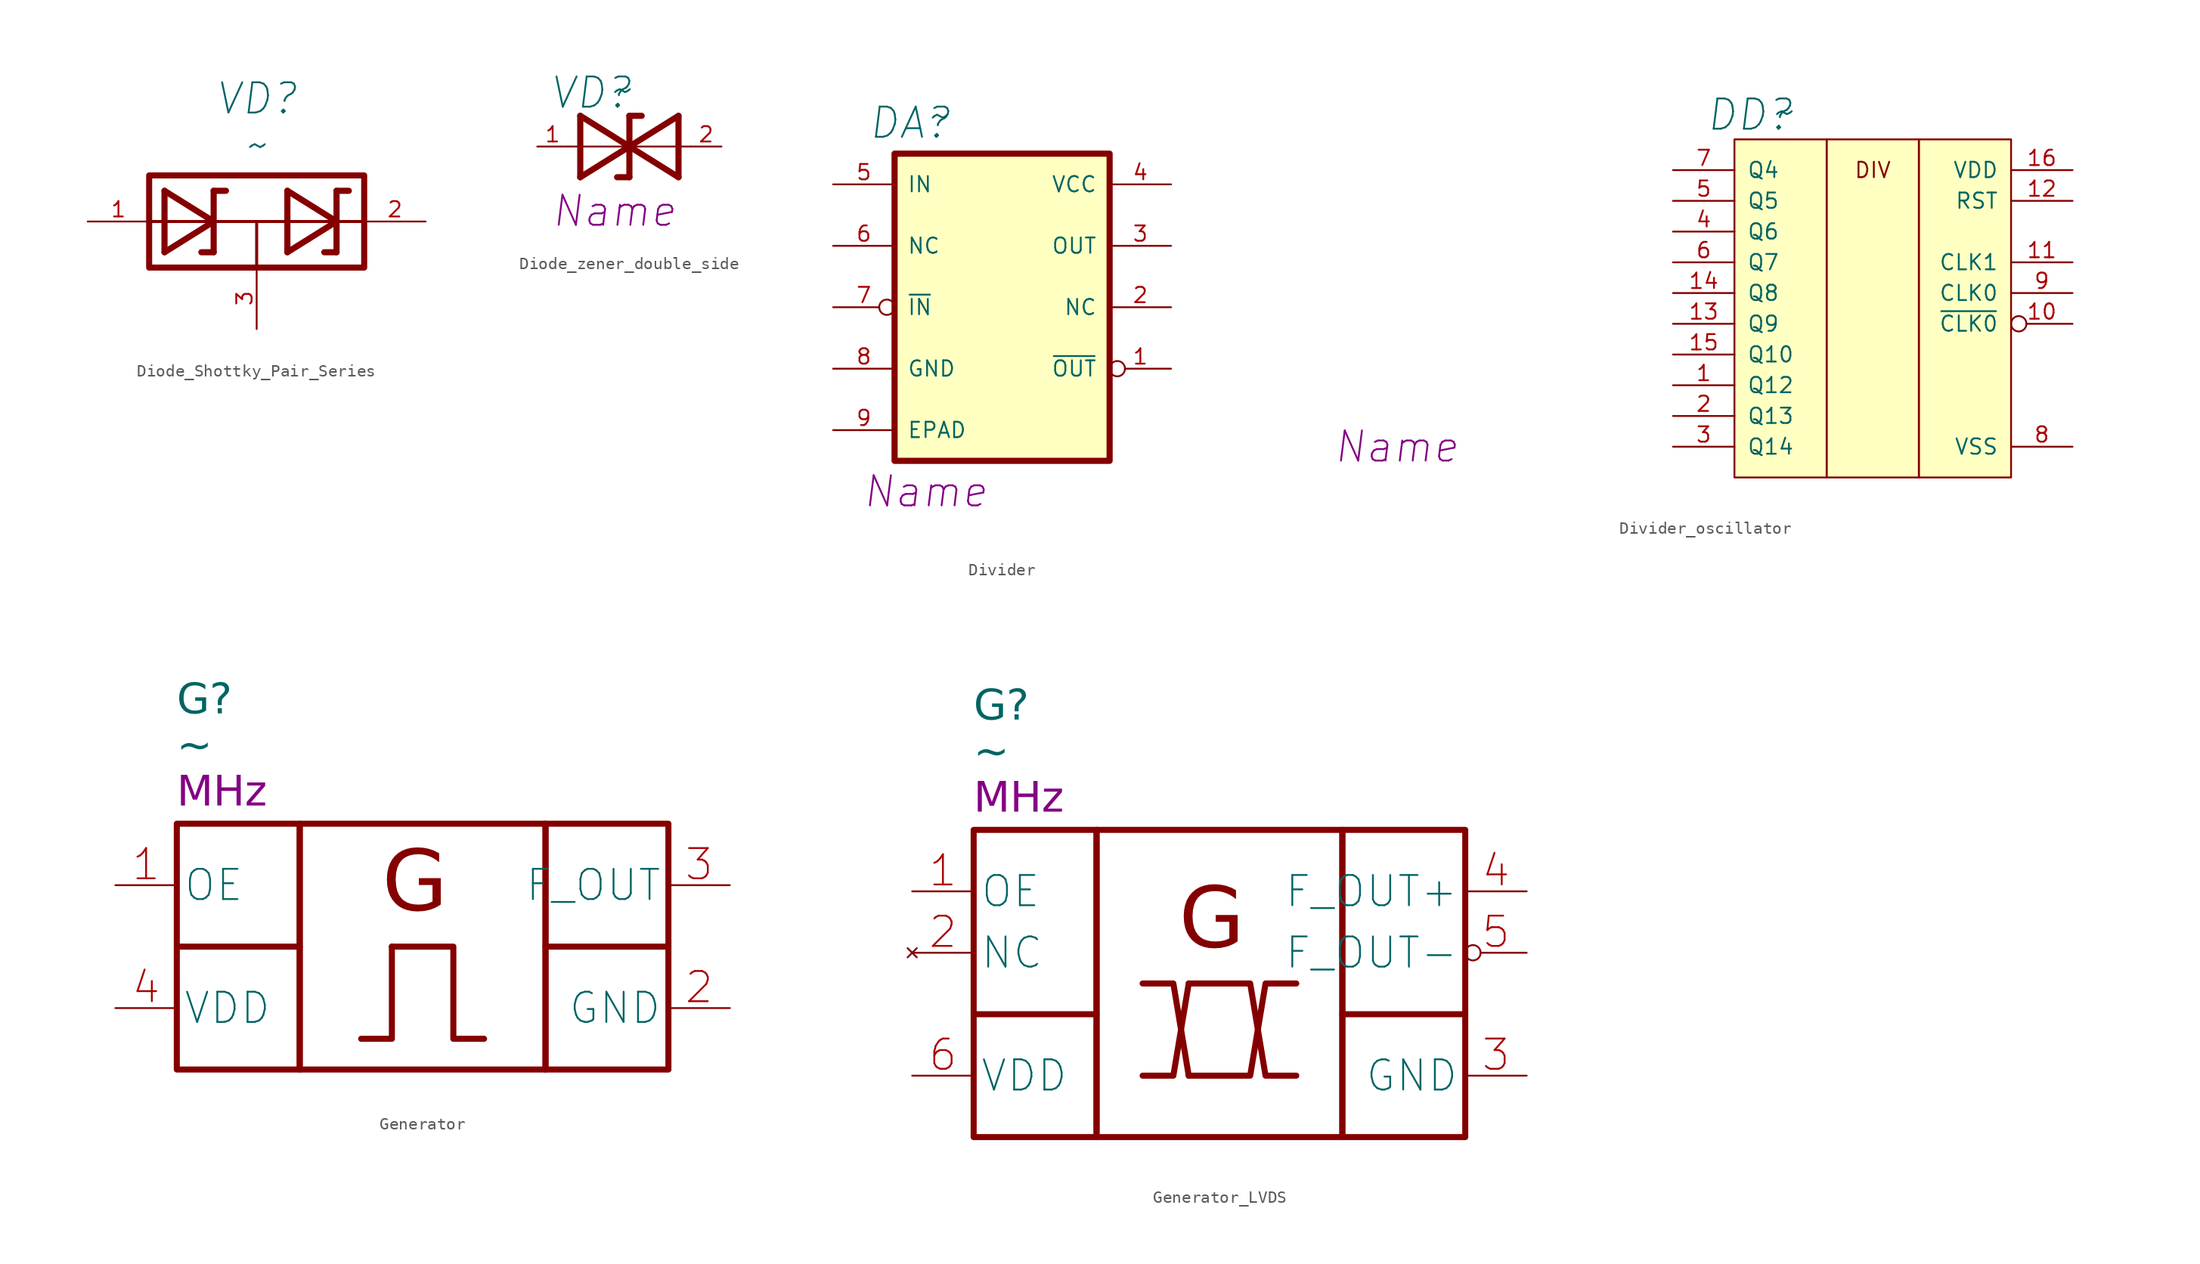
<source format=kicad_sym>
(kicad_symbol_lib
  (version 20241209)
  (generator "kicad_symbol_editor")
  (generator_version "9.0")
  (symbol "Diode_Shottky_Pair_Series"
    (pin_names
      (offset 1.016)
      (hide yes))
    (property "Reference" "VD"
      (at 0 10.16 0)
      (effects (font (size 2.5 2.5) (italic yes))))
    (property "Value" "~"
      (at 0 6.35 0)
      (effects (font (size 2.5 2.5) (italic yes))))
    (symbol "Diode_Shottky_Pair_Series_0_1"
      (rectangle (start -8.89 3.81) (end 8.89 -3.81) (stroke (width 0.5) (type default)) (fill (type none)))
      (polyline (pts (xy -7.62 -2.54) (xy -7.62 2.54)) (stroke (width 0.508) (type solid)) (fill (type none)))
      (polyline (pts (xy -7.62 -2.54) (xy -3.556 0) (xy -7.62 2.54)) (stroke (width 0.508) (type solid)) (fill (type none)))
      (polyline (pts (xy -3.556 2.54) (xy -2.54 2.54)) (stroke (width 0.508) (type solid)) (fill (type none)))
      (polyline (pts (xy -3.556 -2.54) (xy -4.572 -2.54)) (stroke (width 0.508) (type solid)) (fill (type none)))
      (polyline (pts (xy -3.556 -2.54) (xy -3.556 2.54)) (stroke (width 0.508) (type solid)) (fill (type none)))
      (polyline (pts (xy 0 0) (xy 0 -3.81)) (stroke (width 0.25) (type solid)) (fill (type none)))
      (polyline (pts (xy 2.54 -2.54) (xy 2.54 2.54)) (stroke (width 0.508) (type solid)) (fill (type none)))
      (polyline (pts (xy 2.54 -2.54) (xy 6.604 0) (xy 2.54 2.54)) (stroke (width 0.508) (type solid)) (fill (type none)))
      (polyline (pts (xy 6.604 2.54) (xy 7.62 2.54)) (stroke (width 0.508) (type solid)) (fill (type none)))
      (polyline (pts (xy 6.604 -2.54) (xy 5.588 -2.54)) (stroke (width 0.508) (type solid)) (fill (type none)))
      (polyline (pts (xy 6.604 -2.54) (xy 6.604 2.54)) (stroke (width 0.508) (type solid)) (fill (type none)))
      (polyline (pts (xy 8.89 0) (xy -8.89 0)) (stroke (width 0.25) (type solid)) (fill (type none))))
    (symbol "Diode_Shottky_Pair_Series_1_1"
      (pin passive line (at -13.97 0 0) (length 5.08) (name "A" (effects (font (size 1.27 1.27)))) (number "1" (effects (font (size 1.27 1.27)))))
      (pin passive line (at 0 -8.89 90) (length 5.08) (name "KA" (effects (font (size 1.27 1.27)))) (number "3" (effects (font (size 1.27 1.27)))))
      (pin passive line (at 13.97 0 180) (length 5.08) (name "K" (effects (font (size 1.27 1.27)))) (number "2" (effects (font (size 1.27 1.27)))))))
  (symbol "Diode_zener_double_side"
    (pin_names
      (offset 1.016)
      (hide yes))
    (property "Reference" "VD"
      (at -3.175 4.445 0)
      (effects (font (size 2.5 2.5) (italic yes))))
    (property "Value" "~"
      (at -0.635 4.699 0)
      (effects (font (size 2.5 2.5) (italic yes))))
    (property "Name" "Name"
      (at -1.27 -5.334 0)
      (effects (font (size 2.489 2.489) (italic yes))))
    (symbol "Diode_zener_double_side_0_1"
      (polyline (pts (xy -5.08 0) (xy 5.08 0)) (stroke (width 0) (type solid)) (fill (type none))))
    (symbol "Diode_zener_double_side_1_1"
      (polyline (pts (xy -4.064 -2.54) (xy -4.064 2.54)) (stroke (width 0.508) (type solid)) (fill (type none)))
      (polyline (pts (xy -4.064 -2.54) (xy 0 0) (xy -4.064 2.54)) (stroke (width 0.508) (type solid)) (fill (type none)))
      (polyline (pts (xy 0 2.54) (xy 0 -2.54)) (stroke (width 0.508) (type solid)) (fill (type none)))
      (polyline (pts (xy 0 2.54) (xy 1.016 2.54)) (stroke (width 0.508) (type solid)) (fill (type none)))
      (polyline (pts (xy 0 -2.54) (xy -1.016 -2.54)) (stroke (width 0.508) (type solid)) (fill (type none)))
      (polyline (pts (xy 4.064 2.54) (xy 4.064 -2.54)) (stroke (width 0.508) (type solid)) (fill (type none)))
      (polyline (pts (xy 4.064 2.54) (xy 0 0) (xy 4.064 -2.54)) (stroke (width 0.508) (type solid)) (fill (type none)))
      (pin passive line (at -7.62 0 0) (length 2.54) (name "K" (effects (font (size 1.27 1.27)))) (number "1" (effects (font (size 1.27 1.27)))))
      (pin passive line (at 7.62 0 180) (length 2.54) (name "A" (effects (font (size 1.27 1.27)))) (number "2" (effects (font (size 1.27 1.27)))))))
  (symbol "Divider"
    (pin_names
      (offset 1.016))
    (property "Reference" "DA"
      (at -6.35 10.16 0)
      (effects (font (size 2.5 2.5) (italic yes))))
    (property "Value" "~"
      (at -3.81 10.795 0)
      (effects (font (size 2.5 2.5))))
    (property "Name" "Name"
      (at -5.08 -20.32 0)
      (effects (font (size 2.489 2.489) (italic yes))))
    (symbol "Divider_1_1"
      (rectangle (start -7.62 7.62) (end 10.16 -17.78) (stroke (width 0.508) (type solid)) (fill (type background)))
      (pin input line (at -12.7 5.08 0) (length 5.08) (name "IN" (effects (font (size 1.27 1.27)))) (number "5" (effects (font (size 1.27 1.27)))))
      (pin unspecified line (at -12.7 0 0) (length 5.08) (name "NC" (effects (font (size 1.27 1.27)))) (number "6" (effects (font (size 1.27 1.27)))))
      (pin input inverted (at -12.7 -5.08 0) (length 5.08) (name "~{IN}" (effects (font (size 1.27 1.27)))) (number "7" (effects (font (size 1.27 1.27)))))
      (pin power_in line (at -12.7 -10.16 0) (length 5.08) (name "GND" (effects (font (size 1.27 1.27)))) (number "8" (effects (font (size 1.27 1.27)))))
      (pin power_in line (at -12.7 -15.24 0) (length 5.08) (name "EPAD" (effects (font (size 1.27 1.27)))) (number "9" (effects (font (size 1.27 1.27)))))
      (pin power_in line (at 15.24 5.08 180) (length 5.08) (name "VCC" (effects (font (size 1.27 1.27)))) (number "4" (effects (font (size 1.27 1.27)))))
      (pin output line (at 15.24 0 180) (length 5.08) (name "OUT" (effects (font (size 1.27 1.27)))) (number "3" (effects (font (size 1.27 1.27)))))
      (pin unspecified line (at 15.24 -5.08 180) (length 5.08) (name "NC" (effects (font (size 1.27 1.27)))) (number "2" (effects (font (size 1.27 1.27)))))
      (pin output inverted (at 15.24 -10.16 180) (length 5.08) (name "~{OUT}" (effects (font (size 1.27 1.27)))) (number "1" (effects (font (size 1.27 1.27)))))))
  (symbol "Divider_oscillator"
    (pin_names
      (offset 1.016))
    (property "Reference" "DD"
      (at -21.59 14.732 0)
      (effects (font (size 2.5 2.5) (italic yes))))
    (property "Value" "~"
      (at -18.796 14.986 0)
      (effects (font (size 2.5 2.5) (italic yes))))
    (property "ComponentName" "Name"
      (at -50.8 -12.7 0)
      (effects (font (size 2.489 2.489) (italic yes))))
    (symbol "Divider_oscillator_1_0"
      (text "DIV" (at -11.43 10.16 0) (effects (font (size 1.27 1.27)))))
    (symbol "Divider_oscillator_1_1"
      (polyline (pts (xy -22.86 12.7) (xy -22.86 -15.24) (xy -15.24 -15.24) (xy -15.24 12.7) (xy -22.86 12.7)) (stroke (width 0) (type solid)) (fill (type background)))
      (rectangle (start -15.24 12.7) (end -7.62 -15.24) (stroke (width 0) (type default)) (fill (type background)))
      (polyline (pts (xy 0 12.7) (xy -7.62 12.7) (xy -7.62 -15.24) (xy 0 -15.24) (xy 0 12.7)) (stroke (width 0) (type solid)) (fill (type background)))
      (pin output line (at -27.94 10.16 0) (length 5.08) (name "Q4" (effects (font (size 1.27 1.27)))) (number "7" (effects (font (size 1.27 1.27)))))
      (pin output line (at -27.94 7.62 0) (length 5.08) (name "Q5" (effects (font (size 1.27 1.27)))) (number "5" (effects (font (size 1.27 1.27)))))
      (pin output line (at -27.94 5.08 0) (length 5.08) (name "Q6" (effects (font (size 1.27 1.27)))) (number "4" (effects (font (size 1.27 1.27)))))
      (pin output line (at -27.94 2.54 0) (length 5.08) (name "Q7" (effects (font (size 1.27 1.27)))) (number "6" (effects (font (size 1.27 1.27)))))
      (pin output line (at -27.94 0 0) (length 5.08) (name "Q8" (effects (font (size 1.27 1.27)))) (number "14" (effects (font (size 1.27 1.27)))))
      (pin output line (at -27.94 -2.54 0) (length 5.08) (name "Q9" (effects (font (size 1.27 1.27)))) (number "13" (effects (font (size 1.27 1.27)))))
      (pin output line (at -27.94 -5.08 0) (length 5.08) (name "Q10" (effects (font (size 1.27 1.27)))) (number "15" (effects (font (size 1.27 1.27)))))
      (pin output line (at -27.94 -7.62 0) (length 5.08) (name "Q12" (effects (font (size 1.27 1.27)))) (number "1" (effects (font (size 1.27 1.27)))))
      (pin output line (at -27.94 -10.16 0) (length 5.08) (name "Q13" (effects (font (size 1.27 1.27)))) (number "2" (effects (font (size 1.27 1.27)))))
      (pin output line (at -27.94 -12.7 0) (length 5.08) (name "Q14" (effects (font (size 1.27 1.27)))) (number "3" (effects (font (size 1.27 1.27)))))
      (pin power_in line (at 5.08 10.16 180) (length 5.08) (name "VDD" (effects (font (size 1.27 1.27)))) (number "16" (effects (font (size 1.27 1.27)))))
      (pin input line (at 5.08 7.62 180) (length 5.08) (name "RST" (effects (font (size 1.27 1.27)))) (number "12" (effects (font (size 1.27 1.27)))))
      (pin input line (at 5.08 2.54 180) (length 5.08) (name "CLK1" (effects (font (size 1.27 1.27)))) (number "11" (effects (font (size 1.27 1.27)))))
      (pin input line (at 5.08 0 180) (length 5.08) (name "CLK0" (effects (font (size 1.27 1.27)))) (number "9" (effects (font (size 1.27 1.27)))))
      (pin input inverted (at 5.08 -2.54 180) (length 5.08) (name "~{CLK0}" (effects (font (size 1.27 1.27)))) (number "10" (effects (font (size 1.27 1.27)))))
      (pin power_in line (at 5.08 -12.7 180) (length 5.08) (name "VSS" (effects (font (size 1.27 1.27)))) (number "8" (effects (font (size 1.27 1.27)))))))
  (symbol "Generator"
    (property "Reference" "G"
      (at -20.32 10.16 0)
      (effects (font (face "GOST type A") (size 2.5 2.5) (italic yes)) (justify left)))
    (property "Value" "~"
      (at -20.32 6.35 0)
      (effects (font (face "GOST type A") (size 2.5 2.5) (italic yes)) (justify left)))
    (property "Frequency" "MHz"
      (at -20.32 2.54 0)
      (effects (font (face "GOST type A") (size 2.489 2.489) (italic yes)) (justify left)))
    (symbol "Generator_1_1"
      (rectangle (start -20.32 0) (end -10.16 -20.32) (stroke (width 0.5) (type default)) (fill (type none)))
      (rectangle (start -10.16 0) (end 10.16 -20.32) (stroke (width 0.5) (type default)) (fill (type none)))
      (polyline (pts (xy -10.16 -10.16) (xy -20.32 -10.16)) (stroke (width 0.5) (type default)) (fill (type none)))
      (polyline (pts (xy -2.54 -10.16) (xy -2.54 -17.78) (xy -5.08 -17.78)) (stroke (width 0.5) (type default)) (fill (type none)))
      (polyline (pts (xy -2.54 -10.16) (xy 2.54 -10.16) (xy 2.54 -17.78) (xy 5.08 -17.78)) (stroke (width 0.5) (type default)) (fill (type none)))
      (rectangle (start 10.16 0) (end 20.32 -20.32) (stroke (width 0.5) (type default)) (fill (type none)))
      (polyline (pts (xy 20.32 -10.16) (xy 10.16 -10.16)) (stroke (width 0.5) (type default)) (fill (type none)))
      (text "G" (at -0.635 -5.08 0) (effects (font (face "GOST type A") (size 5 5) (italic yes))))
      (pin input line (at -25.4 -5.08 0) (length 5.08) (name "OE" (effects (font (size 2.5 2.5)))) (number "1" (effects (font (size 2.5 2.5)))))
      (pin power_in line (at -25.4 -15.24 0) (length 5.08) (name "VDD" (effects (font (size 2.5 2.5)))) (number "4" (effects (font (size 2.5 2.5)))))
      (pin output line (at 25.4 -5.08 180) (length 5.08) (name "F_OUT" (effects (font (size 2.5 2.5)))) (number "3" (effects (font (size 2.5 2.5)))))
      (pin power_in line (at 25.4 -15.24 180) (length 5.08) (name "GND" (effects (font (size 2.5 2.5)))) (number "2" (effects (font (size 2.5 2.5)))))))
  (symbol "Generator_LVDS"
    (property "Reference" "G"
      (at -20.32 10.16 0)
      (effects (font (face "GOST type A") (size 2.5 2.5) (italic yes)) (justify left)))
    (property "Value" "~"
      (at -20.32 6.35 0)
      (effects (font (face "GOST type A") (size 2.5 2.5) (italic yes)) (justify left)))
    (property "Frequency" "MHz"
      (at -20.32 2.54 0)
      (effects (font (face "GOST type A") (size 2.489 2.489) (italic yes)) (justify left)))
    (symbol "Generator_LVDS_1_1"
      (rectangle (start -20.32 0) (end -10.16 -25.4) (stroke (width 0.5) (type default)) (fill (type none)))
      (rectangle (start -10.16 0) (end 10.16 -25.4) (stroke (width 0.5) (type default)) (fill (type none)))
      (polyline (pts (xy -10.16 -15.24) (xy -20.32 -15.24)) (stroke (width 0.5) (type default)) (fill (type none)))
      (polyline (pts (xy -2.54 -12.7) (xy -3.81 -20.32) (xy -6.35 -20.32)) (stroke (width 0.5) (type default)) (fill (type none)))
      (polyline (pts (xy -2.54 -12.7) (xy 2.54 -12.7) (xy 3.81 -20.32) (xy 6.35 -20.32)) (stroke (width 0.5) (type default)) (fill (type none)))
      (polyline (pts (xy -2.54 -20.32) (xy -3.81 -12.7) (xy -6.35 -12.7)) (stroke (width 0.5) (type default)) (fill (type none)))
      (polyline (pts (xy -2.54 -20.32) (xy 2.54 -20.32) (xy 3.81 -12.7) (xy 6.35 -12.7)) (stroke (width 0.5) (type default)) (fill (type none)))
      (rectangle (start 10.16 0) (end 20.32 -25.4) (stroke (width 0.5) (type default)) (fill (type none)))
      (polyline (pts (xy 20.32 -15.24) (xy 10.16 -15.24)) (stroke (width 0.5) (type default)) (fill (type none)))
      (text "G" (at -0.635 -7.62 0) (effects (font (face "GOST type A") (size 5 5) (italic yes))))
      (pin input line (at -25.4 -5.08 0) (length 5.08) (name "OE" (effects (font (size 2.5 2.5)))) (number "1" (effects (font (size 2.5 2.5)))) (alternate "NC" no_connect line))
      (pin no_connect line (at -25.4 -10.16 0) (length 5.08) (name "NC" (effects (font (size 2.5 2.5)))) (number "2" (effects (font (size 2.5 2.5)))) (alternate "OE" input line))
      (pin power_in line (at -25.4 -20.32 0) (length 5.08) (name "VDD" (effects (font (size 2.5 2.5)))) (number "6" (effects (font (size 2.5 2.5)))))
      (pin output line (at 25.4 -5.08 180) (length 5.08) (name "F_OUT+" (effects (font (size 2.5 2.5)))) (number "4" (effects (font (size 2.5 2.5)))))
      (pin output inverted (at 25.4 -10.16 180) (length 5.08) (name "F_OUT-" (effects (font (size 2.5 2.5)))) (number "5" (effects (font (size 2.5 2.5)))))
      (pin power_in line (at 25.4 -20.32 180) (length 5.08) (name "GND" (effects (font (size 2.5 2.5)))) (number "3" (effects (font (size 2.5 2.5))))))))
</source>
